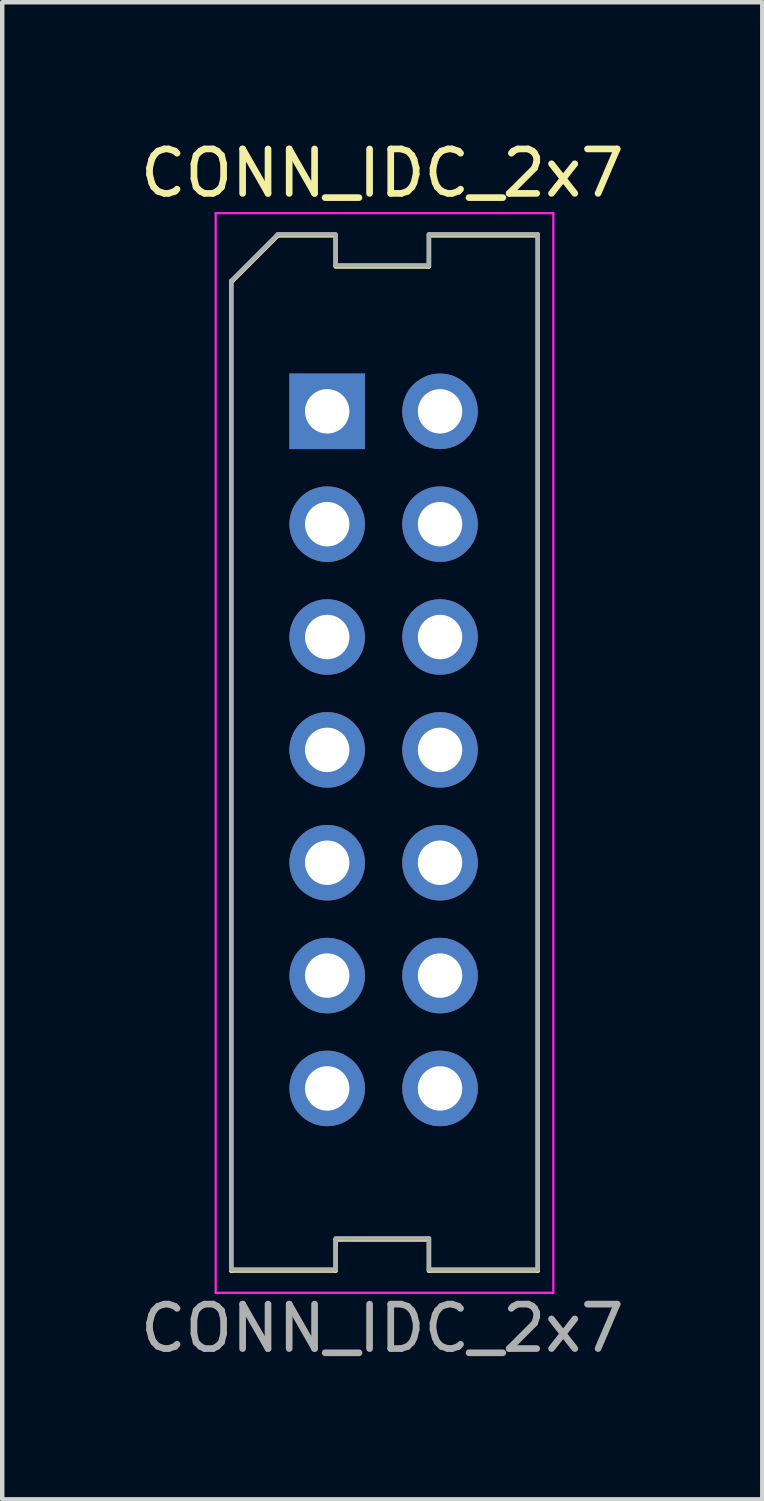
<source format=kicad_pcb>
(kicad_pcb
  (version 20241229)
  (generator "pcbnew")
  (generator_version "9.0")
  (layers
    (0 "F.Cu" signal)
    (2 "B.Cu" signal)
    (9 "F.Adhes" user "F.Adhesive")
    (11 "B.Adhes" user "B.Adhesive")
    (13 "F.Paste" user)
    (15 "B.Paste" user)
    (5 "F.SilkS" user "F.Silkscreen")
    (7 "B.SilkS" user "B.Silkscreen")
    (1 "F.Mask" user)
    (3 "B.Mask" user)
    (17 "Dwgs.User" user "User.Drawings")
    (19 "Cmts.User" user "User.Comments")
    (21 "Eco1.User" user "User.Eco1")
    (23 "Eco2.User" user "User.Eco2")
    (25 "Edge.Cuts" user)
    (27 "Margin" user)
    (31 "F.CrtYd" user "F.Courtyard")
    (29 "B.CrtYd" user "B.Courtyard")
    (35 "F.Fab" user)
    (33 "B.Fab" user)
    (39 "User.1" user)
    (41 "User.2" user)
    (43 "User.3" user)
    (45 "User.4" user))
  (footprint "CONN_IDC_2x7"
    (layer "F.Cu")
    (at 5.554 13.848)
    (property "Reference" "CONN_IDC_2x7" (at 0 -13 0) (unlocked yes) (layer "F.SilkS") (effects (font (size 1 1) (thickness 0.15))))
    (attr through_hole)
    (fp_line (start -3.4 11.7) (end -3.4 -10.55) (stroke (width 0.1) (type default)) (layer "F.SilkS"))
    (fp_line (start -2.35 -11.6) (end -3.4 -10.55) (stroke (width 0.1) (type default)) (layer "F.SilkS"))
    (fp_line (start -1.05 -11.6) (end -2.35 -11.6) (stroke (width 0.1) (type default)) (layer "F.SilkS"))
    (fp_line (start -1.05 -11.575) (end -1.05 -10.925) (stroke (width 0.1) (type default)) (layer "F.SilkS"))
    (fp_line (start -1.05 -10.9) (end 1.05 -10.9) (stroke (width 0.1) (type default)) (layer "F.SilkS"))
    (fp_line (start -1.05 11) (end 1.05 11) (stroke (width 0.1) (type default)) (layer "F.SilkS"))
    (fp_line (start -1.05 11.7) (end -3.4 11.7) (stroke (width 0.1) (type default)) (layer "F.SilkS"))
    (fp_line (start -1.05 11.7) (end -1.05 11.025) (stroke (width 0.1) (type default)) (layer "F.SilkS"))
    (fp_line (start 1.05 -10.9) (end 1.05 -11.6) (stroke (width 0.1) (type default)) (layer "F.SilkS"))
    (fp_line (start 1.05 11) (end 1.05 11.7) (stroke (width 0.1) (type default)) (layer "F.SilkS"))
    (fp_line (start 3.5 -11.6) (end 1.05 -11.6) (stroke (width 0.1) (type default)) (layer "F.SilkS"))
    (fp_line (start 3.5 -11.6) (end 3.5 11.7) (stroke (width 0.1) (type default)) (layer "F.SilkS"))
    (fp_line (start 3.5 11.7) (end 1.05 11.7) (stroke (width 0.1) (type default)) (layer "F.SilkS"))
    (fp_line (start -3.75 -12.1) (end -3.75 12.2) (stroke (width 0.05) (type solid)) (layer "F.CrtYd"))
    (fp_line (start -3.75 12.2) (end 3.85 12.2) (stroke (width 0.05) (type solid)) (layer "F.CrtYd"))
    (fp_line (start 3.85 -12.1) (end -3.75 -12.1) (stroke (width 0.05) (type solid)) (layer "F.CrtYd"))
    (fp_line (start 3.85 12.2) (end 3.85 -12.1) (stroke (width 0.05) (type solid)) (layer "F.CrtYd"))
    (fp_line (start -3.4 11.675) (end -3.4 -10.575) (stroke (width 0.1) (type default)) (layer "F.Fab"))
    (fp_line (start -2.35 -11.625) (end -3.4 -10.575) (stroke (width 0.1) (type default)) (layer "F.Fab"))
    (fp_line (start -1.05 -11.625) (end -2.35 -11.625) (stroke (width 0.1) (type default)) (layer "F.Fab"))
    (fp_line (start -1.05 -11.6) (end -1.05 -10.95) (stroke (width 0.1) (type default)) (layer "F.Fab"))
    (fp_line (start -1.05 -10.925) (end 1.05 -10.925) (stroke (width 0.1) (type default)) (layer "F.Fab"))
    (fp_line (start -1.05 10.975) (end 1.05 10.975) (stroke (width 0.1) (type default)) (layer "F.Fab"))
    (fp_line (start -1.05 11.675) (end -3.4 11.675) (stroke (width 0.1) (type default)) (layer "F.Fab"))
    (fp_line (start -1.05 11.675) (end -1.05 11) (stroke (width 0.1) (type default)) (layer "F.Fab"))
    (fp_line (start 1.05 -10.925) (end 1.05 -11.625) (stroke (width 0.1) (type default)) (layer "F.Fab"))
    (fp_line (start 1.05 10.975) (end 1.05 11.675) (stroke (width 0.1) (type default)) (layer "F.Fab"))
    (fp_line (start 3.5 -11.625) (end 1.05 -11.625) (stroke (width 0.1) (type default)) (layer "F.Fab"))
    (fp_line (start 3.5 -11.625) (end 3.5 11.675) (stroke (width 0.1) (type default)) (layer "F.Fab"))
    (fp_line (start 3.5 11.675) (end 1.05 11.675) (stroke (width 0.1) (type default)) (layer "F.Fab"))
    (fp_text user "${REFERENCE}" (at 0 13 0) (unlocked yes) (layer "F.Fab") (effects (font (size 1 1) (thickness 0.15))))
    (pad "1" thru_hole rect (at -1.24 -7.64) (size 1.7 1.7) (drill 1) (layers "*.Cu" "*.Mask"))
    (pad "2" thru_hole oval (at 1.3 -7.64) (size 1.7 1.7) (drill 1) (layers "*.Cu" "*.Mask"))
    (pad "3" thru_hole oval (at -1.24 -5.1) (size 1.7 1.7) (drill 1) (layers "*.Cu" "*.Mask"))
    (pad "4" thru_hole oval (at 1.3 -5.1) (size 1.7 1.7) (drill 1) (layers "*.Cu" "*.Mask"))
    (pad "5" thru_hole oval (at -1.24 -2.56) (size 1.7 1.7) (drill 1) (layers "*.Cu" "*.Mask"))
    (pad "6" thru_hole oval (at 1.3 -2.56) (size 1.7 1.7) (drill 1) (layers "*.Cu" "*.Mask"))
    (pad "7" thru_hole oval (at -1.24 -0.02) (size 1.7 1.7) (drill 1) (layers "*.Cu" "*.Mask"))
    (pad "8" thru_hole oval (at 1.3 -0.02) (size 1.7 1.7) (drill 1) (layers "*.Cu" "*.Mask"))
    (pad "9" thru_hole oval (at -1.24 2.52) (size 1.7 1.7) (drill 1) (layers "*.Cu" "*.Mask"))
    (pad "10" thru_hole oval (at 1.3 2.52) (size 1.7 1.7) (drill 1) (layers "*.Cu" "*.Mask"))
    (pad "11" thru_hole oval (at -1.24 5.06) (size 1.7 1.7) (drill 1) (layers "*.Cu" "*.Mask"))
    (pad "12" thru_hole oval (at 1.3 5.06) (size 1.7 1.7) (drill 1) (layers "*.Cu" "*.Mask"))
    (pad "13" thru_hole oval (at -1.24 7.6) (size 1.7 1.7) (drill 1) (layers "*.Cu" "*.Mask"))
    (pad "14" thru_hole oval (at 1.3 7.6) (size 1.7 1.7) (drill 1) (layers "*.Cu" "*.Mask")))
  (gr_rect
    (start -3 -3)
    (end 14.107 30.697)
    (stroke (width 0.1) (type default))
    (fill no)
    (layer "Edge.Cuts")))
</source>
